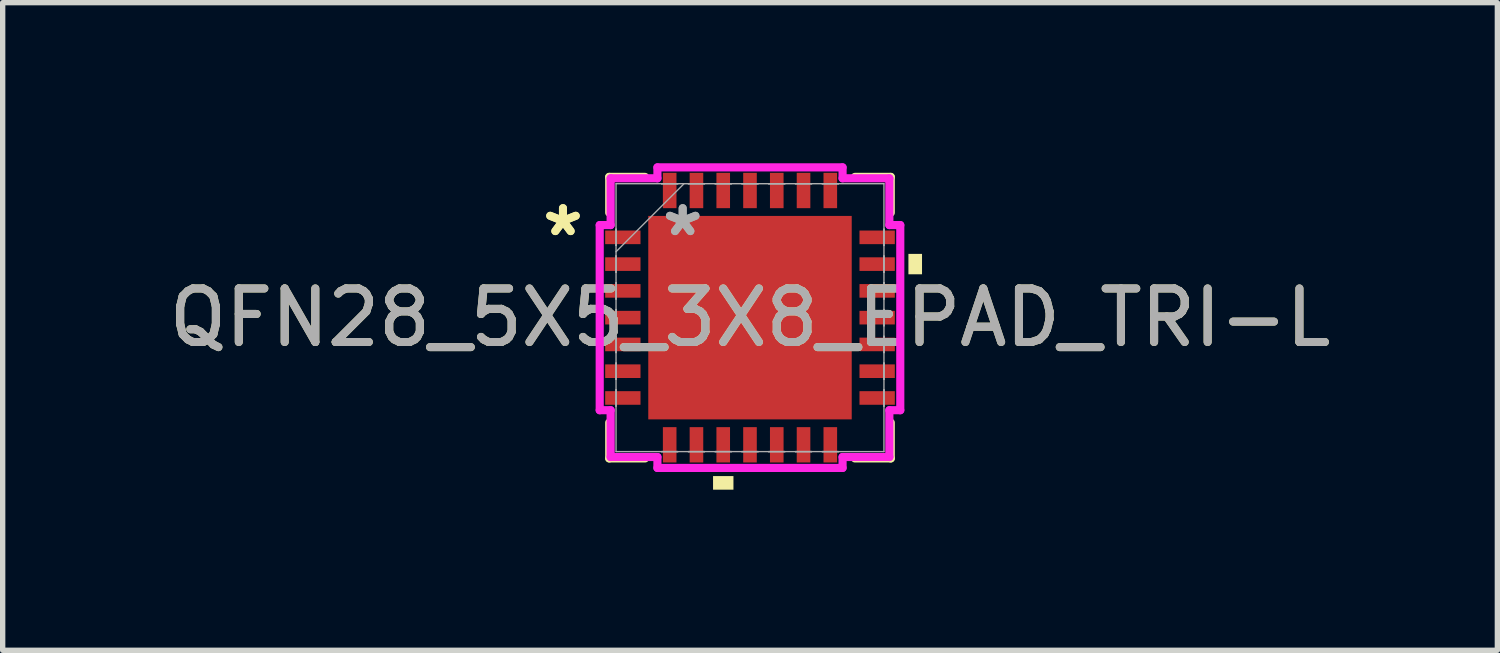
<source format=kicad_pcb>
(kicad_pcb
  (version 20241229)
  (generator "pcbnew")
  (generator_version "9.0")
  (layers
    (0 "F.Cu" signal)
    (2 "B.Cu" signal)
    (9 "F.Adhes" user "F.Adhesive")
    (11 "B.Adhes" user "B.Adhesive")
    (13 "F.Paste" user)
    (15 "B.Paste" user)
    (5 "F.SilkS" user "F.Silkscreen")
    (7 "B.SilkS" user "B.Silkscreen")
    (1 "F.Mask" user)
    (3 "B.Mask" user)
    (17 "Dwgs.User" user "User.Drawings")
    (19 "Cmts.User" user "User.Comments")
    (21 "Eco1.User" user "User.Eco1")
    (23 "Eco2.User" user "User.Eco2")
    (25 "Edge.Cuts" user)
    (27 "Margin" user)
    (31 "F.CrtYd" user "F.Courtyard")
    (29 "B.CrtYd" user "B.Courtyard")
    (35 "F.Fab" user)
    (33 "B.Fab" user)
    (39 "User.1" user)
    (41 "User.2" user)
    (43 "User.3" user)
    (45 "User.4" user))
  (footprint "QFN28_5X5_3X8_EPAD_TRI-L"
    (layer "F.Cu")
    (at 10.958 2.883)
    (property "Reference" "QFN28_5X5_3X8_EPAD_TRI-L" (at 0 0 0) (unlocked yes) (layer "F.SilkS") (effects (font (size 1 1) (thickness 0.15))))
    (attr smd)
    (fp_line (start -2.629 -2.629) (end -2.629 -1.96) (stroke (width 0.152) (type solid)) (layer "F.SilkS"))
    (fp_line (start -2.629 1.96) (end -2.629 2.629) (stroke (width 0.152) (type solid)) (layer "F.SilkS"))
    (fp_line (start -2.629 2.629) (end -1.96 2.629) (stroke (width 0.152) (type solid)) (layer "F.SilkS"))
    (fp_line (start -1.96 -2.629) (end -2.629 -2.629) (stroke (width 0.152) (type solid)) (layer "F.SilkS"))
    (fp_line (start 1.96 2.629) (end 2.629 2.629) (stroke (width 0.152) (type solid)) (layer "F.SilkS"))
    (fp_line (start 2.629 -2.629) (end 1.96 -2.629) (stroke (width 0.152) (type solid)) (layer "F.SilkS"))
    (fp_line (start 2.629 -1.96) (end 2.629 -2.629) (stroke (width 0.152) (type solid)) (layer "F.SilkS"))
    (fp_line (start 2.629 2.629) (end 2.629 1.96) (stroke (width 0.152) (type solid)) (layer "F.SilkS"))
    (fp_poly (pts (xy -0.69 2.959) (xy -0.69 3.213) (xy -0.309 3.213) (xy -0.309 2.959)) (stroke (width 0) (type solid)) (fill yes) (layer "F.SilkS"))
    (fp_poly (pts (xy 3.213 -1.191) (xy 3.213 -0.81) (xy 2.959 -0.81) (xy 2.959 -1.191)) (stroke (width 0) (type solid)) (fill yes) (layer "F.SilkS"))
    (fp_line (start -2.807 -1.729) (end -2.603 -1.729) (stroke (width 0.152) (type solid)) (layer "F.CrtYd"))
    (fp_line (start -2.807 1.729) (end -2.807 -1.729) (stroke (width 0.152) (type solid)) (layer "F.CrtYd"))
    (fp_line (start -2.603 -2.603) (end -1.729 -2.603) (stroke (width 0.152) (type solid)) (layer "F.CrtYd"))
    (fp_line (start -2.603 -1.729) (end -2.603 -2.603) (stroke (width 0.152) (type solid)) (layer "F.CrtYd"))
    (fp_line (start -2.603 1.729) (end -2.807 1.729) (stroke (width 0.152) (type solid)) (layer "F.CrtYd"))
    (fp_line (start -2.603 2.603) (end -2.603 1.729) (stroke (width 0.152) (type solid)) (layer "F.CrtYd"))
    (fp_line (start -1.729 -2.807) (end 1.729 -2.807) (stroke (width 0.152) (type solid)) (layer "F.CrtYd"))
    (fp_line (start -1.729 -2.603) (end -1.729 -2.807) (stroke (width 0.152) (type solid)) (layer "F.CrtYd"))
    (fp_line (start -1.729 2.603) (end -2.603 2.603) (stroke (width 0.152) (type solid)) (layer "F.CrtYd"))
    (fp_line (start -1.729 2.807) (end -1.729 2.603) (stroke (width 0.152) (type solid)) (layer "F.CrtYd"))
    (fp_line (start 1.729 -2.807) (end 1.729 -2.603) (stroke (width 0.152) (type solid)) (layer "F.CrtYd"))
    (fp_line (start 1.729 -2.603) (end 2.603 -2.603) (stroke (width 0.152) (type solid)) (layer "F.CrtYd"))
    (fp_line (start 1.729 2.603) (end 1.729 2.807) (stroke (width 0.152) (type solid)) (layer "F.CrtYd"))
    (fp_line (start 1.729 2.807) (end -1.729 2.807) (stroke (width 0.152) (type solid)) (layer "F.CrtYd"))
    (fp_line (start 2.603 -2.603) (end 2.603 -1.729) (stroke (width 0.152) (type solid)) (layer "F.CrtYd"))
    (fp_line (start 2.603 -1.729) (end 2.807 -1.729) (stroke (width 0.152) (type solid)) (layer "F.CrtYd"))
    (fp_line (start 2.603 1.729) (end 2.603 2.603) (stroke (width 0.152) (type solid)) (layer "F.CrtYd"))
    (fp_line (start 2.603 2.603) (end 1.729 2.603) (stroke (width 0.152) (type solid)) (layer "F.CrtYd"))
    (fp_line (start 2.807 -1.729) (end 2.807 1.729) (stroke (width 0.152) (type solid)) (layer "F.CrtYd"))
    (fp_line (start 2.807 1.729) (end 2.603 1.729) (stroke (width 0.152) (type solid)) (layer "F.CrtYd"))
    (fp_line (start -2.502 -2.502) (end -2.502 2.502) (stroke (width 0.025) (type solid)) (layer "F.Fab"))
    (fp_line (start -2.502 -1.652) (end -2.502 -1.652) (stroke (width 0.025) (type solid)) (layer "F.Fab"))
    (fp_line (start -2.502 -1.652) (end -2.502 -1.348) (stroke (width 0.025) (type solid)) (layer "F.Fab"))
    (fp_line (start -2.502 -1.348) (end -2.502 -1.652) (stroke (width 0.025) (type solid)) (layer "F.Fab"))
    (fp_line (start -2.502 -1.348) (end -2.502 -1.348) (stroke (width 0.025) (type solid)) (layer "F.Fab"))
    (fp_line (start -2.502 -1.232) (end -1.232 -2.502) (stroke (width 0.025) (type solid)) (layer "F.Fab"))
    (fp_line (start -2.502 -1.152) (end -2.502 -1.152) (stroke (width 0.025) (type solid)) (layer "F.Fab"))
    (fp_line (start -2.502 -1.152) (end -2.502 -0.848) (stroke (width 0.025) (type solid)) (layer "F.Fab"))
    (fp_line (start -2.502 -0.848) (end -2.502 -1.152) (stroke (width 0.025) (type solid)) (layer "F.Fab"))
    (fp_line (start -2.502 -0.848) (end -2.502 -0.848) (stroke (width 0.025) (type solid)) (layer "F.Fab"))
    (fp_line (start -2.502 -0.652) (end -2.502 -0.652) (stroke (width 0.025) (type solid)) (layer "F.Fab"))
    (fp_line (start -2.502 -0.652) (end -2.502 -0.348) (stroke (width 0.025) (type solid)) (layer "F.Fab"))
    (fp_line (start -2.502 -0.348) (end -2.502 -0.652) (stroke (width 0.025) (type solid)) (layer "F.Fab"))
    (fp_line (start -2.502 -0.348) (end -2.502 -0.348) (stroke (width 0.025) (type solid)) (layer "F.Fab"))
    (fp_line (start -2.502 -0.152) (end -2.502 -0.152) (stroke (width 0.025) (type solid)) (layer "F.Fab"))
    (fp_line (start -2.502 -0.152) (end -2.502 0.152) (stroke (width 0.025) (type solid)) (layer "F.Fab"))
    (fp_line (start -2.502 0.152) (end -2.502 -0.152) (stroke (width 0.025) (type solid)) (layer "F.Fab"))
    (fp_line (start -2.502 0.152) (end -2.502 0.152) (stroke (width 0.025) (type solid)) (layer "F.Fab"))
    (fp_line (start -2.502 0.348) (end -2.502 0.348) (stroke (width 0.025) (type solid)) (layer "F.Fab"))
    (fp_line (start -2.502 0.348) (end -2.502 0.652) (stroke (width 0.025) (type solid)) (layer "F.Fab"))
    (fp_line (start -2.502 0.652) (end -2.502 0.348) (stroke (width 0.025) (type solid)) (layer "F.Fab"))
    (fp_line (start -2.502 0.652) (end -2.502 0.652) (stroke (width 0.025) (type solid)) (layer "F.Fab"))
    (fp_line (start -2.502 0.848) (end -2.502 0.848) (stroke (width 0.025) (type solid)) (layer "F.Fab"))
    (fp_line (start -2.502 0.848) (end -2.502 1.152) (stroke (width 0.025) (type solid)) (layer "F.Fab"))
    (fp_line (start -2.502 1.152) (end -2.502 0.848) (stroke (width 0.025) (type solid)) (layer "F.Fab"))
    (fp_line (start -2.502 1.152) (end -2.502 1.152) (stroke (width 0.025) (type solid)) (layer "F.Fab"))
    (fp_line (start -2.502 1.348) (end -2.502 1.348) (stroke (width 0.025) (type solid)) (layer "F.Fab"))
    (fp_line (start -2.502 1.348) (end -2.502 1.652) (stroke (width 0.025) (type solid)) (layer "F.Fab"))
    (fp_line (start -2.502 1.652) (end -2.502 1.348) (stroke (width 0.025) (type solid)) (layer "F.Fab"))
    (fp_line (start -2.502 1.652) (end -2.502 1.652) (stroke (width 0.025) (type solid)) (layer "F.Fab"))
    (fp_line (start -2.502 2.502) (end 2.502 2.502) (stroke (width 0.025) (type solid)) (layer "F.Fab"))
    (fp_line (start -1.652 -2.502) (end -1.652 -2.502) (stroke (width 0.025) (type solid)) (layer "F.Fab"))
    (fp_line (start -1.652 -2.502) (end -1.348 -2.502) (stroke (width 0.025) (type solid)) (layer "F.Fab"))
    (fp_line (start -1.652 2.502) (end -1.652 2.502) (stroke (width 0.025) (type solid)) (layer "F.Fab"))
    (fp_line (start -1.652 2.502) (end -1.348 2.502) (stroke (width 0.025) (type solid)) (layer "F.Fab"))
    (fp_line (start -1.348 -2.502) (end -1.652 -2.502) (stroke (width 0.025) (type solid)) (layer "F.Fab"))
    (fp_line (start -1.348 -2.502) (end -1.348 -2.502) (stroke (width 0.025) (type solid)) (layer "F.Fab"))
    (fp_line (start -1.348 2.502) (end -1.652 2.502) (stroke (width 0.025) (type solid)) (layer "F.Fab"))
    (fp_line (start -1.348 2.502) (end -1.348 2.502) (stroke (width 0.025) (type solid)) (layer "F.Fab"))
    (fp_line (start -1.152 -2.502) (end -1.152 -2.502) (stroke (width 0.025) (type solid)) (layer "F.Fab"))
    (fp_line (start -1.152 -2.502) (end -0.848 -2.502) (stroke (width 0.025) (type solid)) (layer "F.Fab"))
    (fp_line (start -1.152 2.502) (end -1.152 2.502) (stroke (width 0.025) (type solid)) (layer "F.Fab"))
    (fp_line (start -1.152 2.502) (end -0.848 2.502) (stroke (width 0.025) (type solid)) (layer "F.Fab"))
    (fp_line (start -0.848 -2.502) (end -1.152 -2.502) (stroke (width 0.025) (type solid)) (layer "F.Fab"))
    (fp_line (start -0.848 -2.502) (end -0.848 -2.502) (stroke (width 0.025) (type solid)) (layer "F.Fab"))
    (fp_line (start -0.848 2.502) (end -1.152 2.502) (stroke (width 0.025) (type solid)) (layer "F.Fab"))
    (fp_line (start -0.848 2.502) (end -0.848 2.502) (stroke (width 0.025) (type solid)) (layer "F.Fab"))
    (fp_line (start -0.652 -2.502) (end -0.652 -2.502) (stroke (width 0.025) (type solid)) (layer "F.Fab"))
    (fp_line (start -0.652 -2.502) (end -0.348 -2.502) (stroke (width 0.025) (type solid)) (layer "F.Fab"))
    (fp_line (start -0.652 2.502) (end -0.652 2.502) (stroke (width 0.025) (type solid)) (layer "F.Fab"))
    (fp_line (start -0.652 2.502) (end -0.348 2.502) (stroke (width 0.025) (type solid)) (layer "F.Fab"))
    (fp_line (start -0.348 -2.502) (end -0.652 -2.502) (stroke (width 0.025) (type solid)) (layer "F.Fab"))
    (fp_line (start -0.348 -2.502) (end -0.348 -2.502) (stroke (width 0.025) (type solid)) (layer "F.Fab"))
    (fp_line (start -0.348 2.502) (end -0.652 2.502) (stroke (width 0.025) (type solid)) (layer "F.Fab"))
    (fp_line (start -0.348 2.502) (end -0.348 2.502) (stroke (width 0.025) (type solid)) (layer "F.Fab"))
    (fp_line (start -0.152 -2.502) (end -0.152 -2.502) (stroke (width 0.025) (type solid)) (layer "F.Fab"))
    (fp_line (start -0.152 -2.502) (end 0.152 -2.502) (stroke (width 0.025) (type solid)) (layer "F.Fab"))
    (fp_line (start -0.152 2.502) (end -0.152 2.502) (stroke (width 0.025) (type solid)) (layer "F.Fab"))
    (fp_line (start -0.152 2.502) (end 0.152 2.502) (stroke (width 0.025) (type solid)) (layer "F.Fab"))
    (fp_line (start 0.152 -2.502) (end -0.152 -2.502) (stroke (width 0.025) (type solid)) (layer "F.Fab"))
    (fp_line (start 0.152 -2.502) (end 0.152 -2.502) (stroke (width 0.025) (type solid)) (layer "F.Fab"))
    (fp_line (start 0.152 2.502) (end -0.152 2.502) (stroke (width 0.025) (type solid)) (layer "F.Fab"))
    (fp_line (start 0.152 2.502) (end 0.152 2.502) (stroke (width 0.025) (type solid)) (layer "F.Fab"))
    (fp_line (start 0.348 -2.502) (end 0.348 -2.502) (stroke (width 0.025) (type solid)) (layer "F.Fab"))
    (fp_line (start 0.348 -2.502) (end 0.652 -2.502) (stroke (width 0.025) (type solid)) (layer "F.Fab"))
    (fp_line (start 0.348 2.502) (end 0.348 2.502) (stroke (width 0.025) (type solid)) (layer "F.Fab"))
    (fp_line (start 0.348 2.502) (end 0.652 2.502) (stroke (width 0.025) (type solid)) (layer "F.Fab"))
    (fp_line (start 0.652 -2.502) (end 0.348 -2.502) (stroke (width 0.025) (type solid)) (layer "F.Fab"))
    (fp_line (start 0.652 -2.502) (end 0.652 -2.502) (stroke (width 0.025) (type solid)) (layer "F.Fab"))
    (fp_line (start 0.652 2.502) (end 0.348 2.502) (stroke (width 0.025) (type solid)) (layer "F.Fab"))
    (fp_line (start 0.652 2.502) (end 0.652 2.502) (stroke (width 0.025) (type solid)) (layer "F.Fab"))
    (fp_line (start 0.848 -2.502) (end 0.848 -2.502) (stroke (width 0.025) (type solid)) (layer "F.Fab"))
    (fp_line (start 0.848 -2.502) (end 1.152 -2.502) (stroke (width 0.025) (type solid)) (layer "F.Fab"))
    (fp_line (start 0.848 2.502) (end 0.848 2.502) (stroke (width 0.025) (type solid)) (layer "F.Fab"))
    (fp_line (start 0.848 2.502) (end 1.152 2.502) (stroke (width 0.025) (type solid)) (layer "F.Fab"))
    (fp_line (start 1.152 -2.502) (end 0.848 -2.502) (stroke (width 0.025) (type solid)) (layer "F.Fab"))
    (fp_line (start 1.152 -2.502) (end 1.152 -2.502) (stroke (width 0.025) (type solid)) (layer "F.Fab"))
    (fp_line (start 1.152 2.502) (end 0.848 2.502) (stroke (width 0.025) (type solid)) (layer "F.Fab"))
    (fp_line (start 1.152 2.502) (end 1.152 2.502) (stroke (width 0.025) (type solid)) (layer "F.Fab"))
    (fp_line (start 1.348 -2.502) (end 1.348 -2.502) (stroke (width 0.025) (type solid)) (layer "F.Fab"))
    (fp_line (start 1.348 -2.502) (end 1.652 -2.502) (stroke (width 0.025) (type solid)) (layer "F.Fab"))
    (fp_line (start 1.348 2.502) (end 1.348 2.502) (stroke (width 0.025) (type solid)) (layer "F.Fab"))
    (fp_line (start 1.348 2.502) (end 1.652 2.502) (stroke (width 0.025) (type solid)) (layer "F.Fab"))
    (fp_line (start 1.652 -2.502) (end 1.348 -2.502) (stroke (width 0.025) (type solid)) (layer "F.Fab"))
    (fp_line (start 1.652 -2.502) (end 1.652 -2.502) (stroke (width 0.025) (type solid)) (layer "F.Fab"))
    (fp_line (start 1.652 2.502) (end 1.348 2.502) (stroke (width 0.025) (type solid)) (layer "F.Fab"))
    (fp_line (start 1.652 2.502) (end 1.652 2.502) (stroke (width 0.025) (type solid)) (layer "F.Fab"))
    (fp_line (start 2.502 -2.502) (end -2.502 -2.502) (stroke (width 0.025) (type solid)) (layer "F.Fab"))
    (fp_line (start 2.502 -1.652) (end 2.502 -1.652) (stroke (width 0.025) (type solid)) (layer "F.Fab"))
    (fp_line (start 2.502 -1.652) (end 2.502 -1.348) (stroke (width 0.025) (type solid)) (layer "F.Fab"))
    (fp_line (start 2.502 -1.348) (end 2.502 -1.652) (stroke (width 0.025) (type solid)) (layer "F.Fab"))
    (fp_line (start 2.502 -1.348) (end 2.502 -1.348) (stroke (width 0.025) (type solid)) (layer "F.Fab"))
    (fp_line (start 2.502 -1.152) (end 2.502 -1.152) (stroke (width 0.025) (type solid)) (layer "F.Fab"))
    (fp_line (start 2.502 -1.152) (end 2.502 -0.848) (stroke (width 0.025) (type solid)) (layer "F.Fab"))
    (fp_line (start 2.502 -0.848) (end 2.502 -1.152) (stroke (width 0.025) (type solid)) (layer "F.Fab"))
    (fp_line (start 2.502 -0.848) (end 2.502 -0.848) (stroke (width 0.025) (type solid)) (layer "F.Fab"))
    (fp_line (start 2.502 -0.652) (end 2.502 -0.652) (stroke (width 0.025) (type solid)) (layer "F.Fab"))
    (fp_line (start 2.502 -0.652) (end 2.502 -0.348) (stroke (width 0.025) (type solid)) (layer "F.Fab"))
    (fp_line (start 2.502 -0.348) (end 2.502 -0.652) (stroke (width 0.025) (type solid)) (layer "F.Fab"))
    (fp_line (start 2.502 -0.348) (end 2.502 -0.348) (stroke (width 0.025) (type solid)) (layer "F.Fab"))
    (fp_line (start 2.502 -0.152) (end 2.502 -0.152) (stroke (width 0.025) (type solid)) (layer "F.Fab"))
    (fp_line (start 2.502 -0.152) (end 2.502 0.152) (stroke (width 0.025) (type solid)) (layer "F.Fab"))
    (fp_line (start 2.502 0.152) (end 2.502 -0.152) (stroke (width 0.025) (type solid)) (layer "F.Fab"))
    (fp_line (start 2.502 0.152) (end 2.502 0.152) (stroke (width 0.025) (type solid)) (layer "F.Fab"))
    (fp_line (start 2.502 0.348) (end 2.502 0.348) (stroke (width 0.025) (type solid)) (layer "F.Fab"))
    (fp_line (start 2.502 0.348) (end 2.502 0.652) (stroke (width 0.025) (type solid)) (layer "F.Fab"))
    (fp_line (start 2.502 0.652) (end 2.502 0.348) (stroke (width 0.025) (type solid)) (layer "F.Fab"))
    (fp_line (start 2.502 0.652) (end 2.502 0.652) (stroke (width 0.025) (type solid)) (layer "F.Fab"))
    (fp_line (start 2.502 0.848) (end 2.502 0.848) (stroke (width 0.025) (type solid)) (layer "F.Fab"))
    (fp_line (start 2.502 0.848) (end 2.502 1.152) (stroke (width 0.025) (type solid)) (layer "F.Fab"))
    (fp_line (start 2.502 1.152) (end 2.502 0.848) (stroke (width 0.025) (type solid)) (layer "F.Fab"))
    (fp_line (start 2.502 1.152) (end 2.502 1.152) (stroke (width 0.025) (type solid)) (layer "F.Fab"))
    (fp_line (start 2.502 1.348) (end 2.502 1.348) (stroke (width 0.025) (type solid)) (layer "F.Fab"))
    (fp_line (start 2.502 1.348) (end 2.502 1.652) (stroke (width 0.025) (type solid)) (layer "F.Fab"))
    (fp_line (start 2.502 1.652) (end 2.502 1.348) (stroke (width 0.025) (type solid)) (layer "F.Fab"))
    (fp_line (start 2.502 1.652) (end 2.502 1.652) (stroke (width 0.025) (type solid)) (layer "F.Fab"))
    (fp_line (start 2.502 2.502) (end 2.502 -2.502) (stroke (width 0.025) (type solid)) (layer "F.Fab"))
    (fp_text user "*" (at -3.493 -1.5 0) (unlocked yes) (layer "F.SilkS") (effects (font (size 1 1) (thickness 0.15))))
    (fp_text user "*" (at -3.493 -1.5 0) (layer "F.SilkS") (effects (font (size 1 1) (thickness 0.15))))
    (fp_text user "*" (at -1.257 -1.5 0) (layer "F.Fab") (effects (font (size 1 1) (thickness 0.15))))
    (fp_text user "*" (at -1.257 -1.5 0) (unlocked yes) (layer "F.Fab") (effects (font (size 1 1) (thickness 0.15))))
    (fp_text user "${REFERENCE}" (at 0 0 0) (unlocked yes) (layer "F.Fab") (effects (font (size 1 1) (thickness 0.15))))
    (pad "1" smd rect (at -2.375 -1.5 90) (size 0.254 0.66) (layers "F.Cu" "F.Mask" "F.Paste"))
    (pad "2" smd rect (at -2.375 -1 90) (size 0.254 0.66) (layers "F.Cu" "F.Mask" "F.Paste"))
    (pad "3" smd rect (at -2.375 -0.5 90) (size 0.254 0.66) (layers "F.Cu" "F.Mask" "F.Paste"))
    (pad "4" smd rect (at -2.375 0 90) (size 0.254 0.66) (layers "F.Cu" "F.Mask" "F.Paste"))
    (pad "5" smd rect (at -2.375 0.5 90) (size 0.254 0.66) (layers "F.Cu" "F.Mask" "F.Paste"))
    (pad "6" smd rect (at -2.375 1 90) (size 0.254 0.66) (layers "F.Cu" "F.Mask" "F.Paste"))
    (pad "7" smd rect (at -2.375 1.5 90) (size 0.254 0.66) (layers "F.Cu" "F.Mask" "F.Paste"))
    (pad "8" smd rect (at -1.5 2.375) (size 0.254 0.66) (layers "F.Cu" "F.Mask" "F.Paste"))
    (pad "9" smd rect (at -1 2.375) (size 0.254 0.66) (layers "F.Cu" "F.Mask" "F.Paste"))
    (pad "10" smd rect (at -0.5 2.375) (size 0.254 0.66) (layers "F.Cu" "F.Mask" "F.Paste"))
    (pad "11" smd rect (at 0 2.375) (size 0.254 0.66) (layers "F.Cu" "F.Mask" "F.Paste"))
    (pad "12" smd rect (at 0.5 2.375) (size 0.254 0.66) (layers "F.Cu" "F.Mask" "F.Paste"))
    (pad "13" smd rect (at 1 2.375) (size 0.254 0.66) (layers "F.Cu" "F.Mask" "F.Paste"))
    (pad "14" smd rect (at 1.5 2.375) (size 0.254 0.66) (layers "F.Cu" "F.Mask" "F.Paste"))
    (pad "15" smd rect (at 2.375 1.5 90) (size 0.254 0.66) (layers "F.Cu" "F.Mask" "F.Paste"))
    (pad "16" smd rect (at 2.375 1 90) (size 0.254 0.66) (layers "F.Cu" "F.Mask" "F.Paste"))
    (pad "17" smd rect (at 2.375 0.5 90) (size 0.254 0.66) (layers "F.Cu" "F.Mask" "F.Paste"))
    (pad "18" smd rect (at 2.375 0 90) (size 0.254 0.66) (layers "F.Cu" "F.Mask" "F.Paste"))
    (pad "19" smd rect (at 2.375 -0.5 90) (size 0.254 0.66) (layers "F.Cu" "F.Mask" "F.Paste"))
    (pad "20" smd rect (at 2.375 -1 90) (size 0.254 0.66) (layers "F.Cu" "F.Mask" "F.Paste"))
    (pad "21" smd rect (at 2.375 -1.5 90) (size 0.254 0.66) (layers "F.Cu" "F.Mask" "F.Paste"))
    (pad "22" smd rect (at 1.5 -2.375) (size 0.254 0.66) (layers "F.Cu" "F.Mask" "F.Paste"))
    (pad "23" smd rect (at 1 -2.375) (size 0.254 0.66) (layers "F.Cu" "F.Mask" "F.Paste"))
    (pad "24" smd rect (at 0.5 -2.375) (size 0.254 0.66) (layers "F.Cu" "F.Mask" "F.Paste"))
    (pad "25" smd rect (at 0 -2.375) (size 0.254 0.66) (layers "F.Cu" "F.Mask" "F.Paste"))
    (pad "26" smd rect (at -0.5 -2.375) (size 0.254 0.66) (layers "F.Cu" "F.Mask" "F.Paste"))
    (pad "27" smd rect (at -1 -2.375) (size 0.254 0.66) (layers "F.Cu" "F.Mask" "F.Paste"))
    (pad "28" smd rect (at -1.5 -2.375) (size 0.254 0.66) (layers "F.Cu" "F.Mask" "F.Paste"))
    (pad "29" smd rect (at 0 0) (size 3.8 3.8) (layers "F.Cu" "F.Mask" "F.Paste")))
  (gr_rect
    (start -3 -3)
    (end 24.917 9.096)
    (stroke (width 0.1) (type default))
    (fill no)
    (layer "Edge.Cuts")))
</source>
